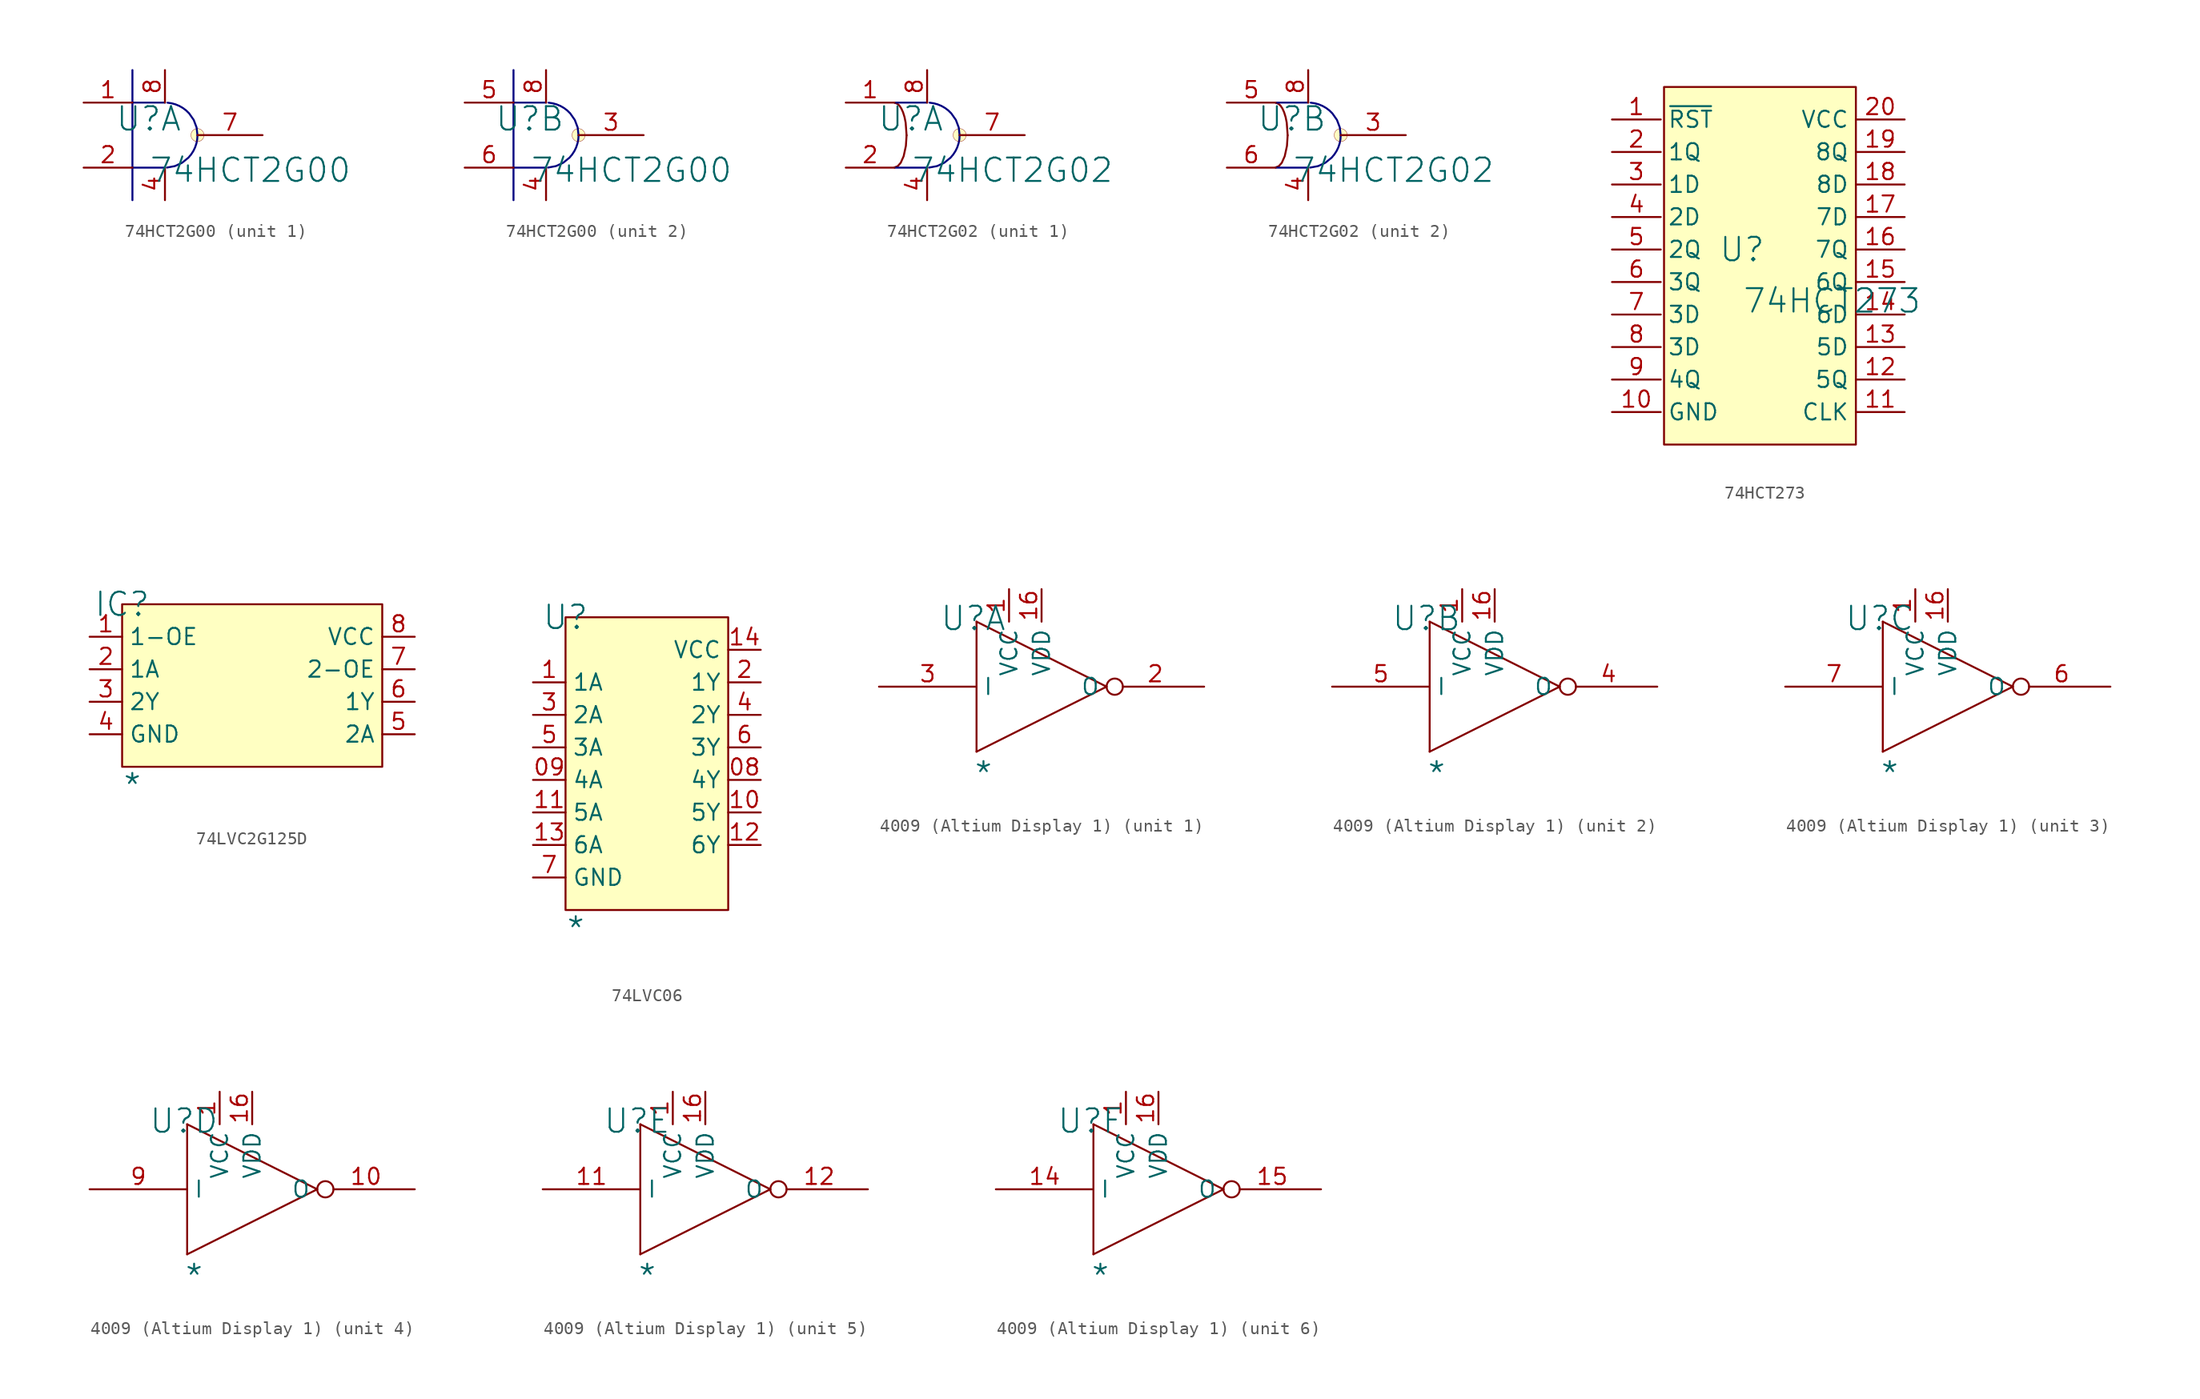
<source format=kicad_sym>
(kicad_symbol_lib
  (version 20241209)
  (generator "kicad_symbol_editor")
  (generator_version "9.0")
  (symbol "74HCT2G00"
    (pin_names
      (hide yes))
    (property "Reference" "U"
      (at -1.27 1.27 0)
      (effects (font (size 1.829 1.829))))
    (property "Value" "74HCT2G00"
      (at -1.27 -3.81 0)
      (effects (font (size 1.829 1.829)) (justify left bottom)))
    (symbol "74HCT2G00_1_0"
      (polyline (pts (xy -2.54 5.08) (xy -2.54 -5.08)) (stroke (width 0) (type solid) (color 0 0 128 1)) (fill (type none)))
      (polyline (pts (xy 0 2.54) (xy -2.54 2.54)) (stroke (width 0) (type solid) (color 0 0 128 1)) (fill (type none)))
      (polyline (pts (xy 0 -2.54) (xy -2.54 -2.54)) (stroke (width 0) (type solid) (color 0 0 128 1)) (fill (type none)))
      (bezier (pts (xy 0.159 -2.535) (xy 1.489 -2.452) (xy 2.529 -1.354) (xy 2.54 -0.021)) (stroke (width 0) (type solid) (color 0 0 128 1)) (fill (type none)))
      (bezier (pts (xy 2.54 -0.021) (xy 2.551 1.312) (xy 1.529 2.427) (xy 0.2 2.532)) (stroke (width 0) (type solid) (color 0 0 128 1)) (fill (type none)))
      (circle (center 2.54 0) (radius 0.508) (stroke (width 0.025) (type solid)) (fill (type background)))
      (pin passive line (at -6.35 2.54 0) (length 3.81) (name "IN" (effects (font (size 1.27 1.27)))) (number "1" (effects (font (size 1.27 1.27)))))
      (pin passive line (at -6.35 -2.54 0) (length 3.81) (name "IN2" (effects (font (size 1.27 1.27)))) (number "2" (effects (font (size 1.27 1.27)))))
      (pin passive line (at 0 5.08 270) (length 2.54) (name "VCC" (effects (font (size 1.27 1.27)))) (number "8" (effects (font (size 1.27 1.27)))))
      (pin passive line (at 0 -5.08 90) (length 2.54) (name "GND" (effects (font (size 1.27 1.27)))) (number "4" (effects (font (size 1.27 1.27)))))
      (pin passive line (at 7.62 0 180) (length 5.08) (name "OUT" (effects (font (size 1.27 1.27)))) (number "7" (effects (font (size 1.27 1.27))))))
    (symbol "74HCT2G00_2_0"
      (polyline (pts (xy -2.54 5.08) (xy -2.54 -5.08)) (stroke (width 0) (type solid) (color 0 0 128 1)) (fill (type none)))
      (polyline (pts (xy 0 2.54) (xy -2.54 2.54)) (stroke (width 0) (type solid) (color 0 0 128 1)) (fill (type none)))
      (polyline (pts (xy 0 -2.54) (xy -2.54 -2.54)) (stroke (width 0) (type solid) (color 0 0 128 1)) (fill (type none)))
      (bezier (pts (xy 0.159 -2.535) (xy 1.489 -2.452) (xy 2.529 -1.354) (xy 2.54 -0.021)) (stroke (width 0) (type solid) (color 0 0 128 1)) (fill (type none)))
      (bezier (pts (xy 2.54 -0.021) (xy 2.551 1.312) (xy 1.529 2.427) (xy 0.2 2.532)) (stroke (width 0) (type solid) (color 0 0 128 1)) (fill (type none)))
      (circle (center 2.54 0) (radius 0.508) (stroke (width 0.025) (type solid)) (fill (type background)))
      (pin passive line (at -6.35 2.54 0) (length 3.81) (name "IN" (effects (font (size 1.27 1.27)))) (number "5" (effects (font (size 1.27 1.27)))))
      (pin passive line (at -6.35 -2.54 0) (length 3.81) (name "IN2" (effects (font (size 1.27 1.27)))) (number "6" (effects (font (size 1.27 1.27)))))
      (pin passive line (at 0 5.08 270) (length 2.54) (name "VCC" (effects (font (size 1.27 1.27)))) (number "8" (effects (font (size 1.27 1.27)))))
      (pin passive line (at 0 -5.08 90) (length 2.54) (name "GND" (effects (font (size 1.27 1.27)))) (number "4" (effects (font (size 1.27 1.27)))))
      (pin passive line (at 7.62 0 180) (length 5.08) (name "OUT" (effects (font (size 1.27 1.27)))) (number "3" (effects (font (size 1.27 1.27)))))))
  (symbol "74HCT2G02"
    (pin_names
      (hide yes))
    (property "Reference" "U"
      (at -1.27 1.27 0)
      (effects (font (size 1.829 1.829))))
    (property "Value" "74HCT2G02"
      (at -1.27 -3.81 0)
      (effects (font (size 1.829 1.829)) (justify left bottom)))
    (symbol "74HCT2G02_1_0"
      (bezier (pts (xy -2.523 -2.514) (xy -2.014 -2.489) (xy -1.606 -1.379) (xy -1.603 -0.013)) (stroke (width 0) (type solid)) (fill (type none)))
      (bezier (pts (xy -1.603 -0.013) (xy -1.6 1.353) (xy -2.004 2.474) (xy -2.513 2.514)) (stroke (width 0) (type solid)) (fill (type none)))
      (polyline (pts (xy 0 2.54) (xy -2.54 2.54)) (stroke (width 0) (type solid) (color 0 0 128 1)) (fill (type none)))
      (polyline (pts (xy 0 -2.54) (xy -2.54 -2.54)) (stroke (width 0) (type solid) (color 0 0 128 1)) (fill (type none)))
      (bezier (pts (xy 0.159 -2.535) (xy 1.489 -2.452) (xy 2.529 -1.354) (xy 2.54 -0.021)) (stroke (width 0) (type solid) (color 0 0 128 1)) (fill (type none)))
      (bezier (pts (xy 2.54 -0.021) (xy 2.551 1.312) (xy 1.529 2.427) (xy 0.2 2.532)) (stroke (width 0) (type solid) (color 0 0 128 1)) (fill (type none)))
      (circle (center 2.54 0) (radius 0.508) (stroke (width 0.025) (type solid)) (fill (type background)))
      (pin passive line (at -6.35 2.54 0) (length 3.81) (name "IN" (effects (font (size 1.27 1.27)))) (number "1" (effects (font (size 1.27 1.27)))))
      (pin passive line (at -6.35 -2.54 0) (length 3.81) (name "IN2" (effects (font (size 1.27 1.27)))) (number "2" (effects (font (size 1.27 1.27)))))
      (pin passive line (at 0 5.08 270) (length 2.54) (name "VCC" (effects (font (size 1.27 1.27)))) (number "8" (effects (font (size 1.27 1.27)))))
      (pin passive line (at 0 -5.08 90) (length 2.54) (name "GND" (effects (font (size 1.27 1.27)))) (number "4" (effects (font (size 1.27 1.27)))))
      (pin passive line (at 7.62 0 180) (length 5.08) (name "OUT" (effects (font (size 1.27 1.27)))) (number "7" (effects (font (size 1.27 1.27))))))
    (symbol "74HCT2G02_2_0"
      (bezier (pts (xy -2.523 -2.514) (xy -2.014 -2.489) (xy -1.606 -1.379) (xy -1.603 -0.013)) (stroke (width 0) (type solid)) (fill (type none)))
      (bezier (pts (xy -1.603 -0.013) (xy -1.6 1.353) (xy -2.004 2.474) (xy -2.513 2.514)) (stroke (width 0) (type solid)) (fill (type none)))
      (polyline (pts (xy 0 2.54) (xy -2.54 2.54)) (stroke (width 0) (type solid) (color 0 0 128 1)) (fill (type none)))
      (polyline (pts (xy 0 -2.54) (xy -2.54 -2.54)) (stroke (width 0) (type solid) (color 0 0 128 1)) (fill (type none)))
      (bezier (pts (xy 0.159 -2.535) (xy 1.489 -2.452) (xy 2.529 -1.354) (xy 2.54 -0.021)) (stroke (width 0) (type solid) (color 0 0 128 1)) (fill (type none)))
      (bezier (pts (xy 2.54 -0.021) (xy 2.551 1.312) (xy 1.529 2.427) (xy 0.2 2.532)) (stroke (width 0) (type solid) (color 0 0 128 1)) (fill (type none)))
      (circle (center 2.54 0) (radius 0.508) (stroke (width 0.025) (type solid)) (fill (type background)))
      (pin passive line (at -6.35 2.54 0) (length 3.81) (name "IN" (effects (font (size 1.27 1.27)))) (number "5" (effects (font (size 1.27 1.27)))))
      (pin passive line (at -6.35 -2.54 0) (length 3.81) (name "IN2" (effects (font (size 1.27 1.27)))) (number "6" (effects (font (size 1.27 1.27)))))
      (pin passive line (at 0 5.08 270) (length 2.54) (name "VCC" (effects (font (size 1.27 1.27)))) (number "8" (effects (font (size 1.27 1.27)))))
      (pin passive line (at 0 -5.08 90) (length 2.54) (name "GND" (effects (font (size 1.27 1.27)))) (number "4" (effects (font (size 1.27 1.27)))))
      (pin passive line (at 7.62 0 180) (length 5.08) (name "OUT" (effects (font (size 1.27 1.27)))) (number "3" (effects (font (size 1.27 1.27)))))))
  (symbol "74HCT273"
    (property "Reference" "U"
      (at -1.27 1.27 0)
      (effects (font (size 1.829 1.829))))
    (property "Value" "74HCT273"
      (at -1.27 -3.81 0)
      (effects (font (size 1.829 1.829)) (justify left bottom)))
    (symbol "74HCT273_1_0"
      (rectangle (start 7.62 13.97) (end -7.366 -13.97) (stroke (width 0) (type solid) (color 128 0 0 1)) (fill (type background)))
      (pin passive line (at -11.43 11.43 0) (length 3.81) (name "~{RST}" (effects (font (size 1.27 1.27)))) (number "1" (effects (font (size 1.27 1.27)))))
      (pin passive line (at -11.43 8.89 0) (length 3.81) (name "1Q" (effects (font (size 1.27 1.27)))) (number "2" (effects (font (size 1.27 1.27)))))
      (pin passive line (at -11.43 6.35 0) (length 3.81) (name "1D" (effects (font (size 1.27 1.27)))) (number "3" (effects (font (size 1.27 1.27)))))
      (pin passive line (at -11.43 3.81 0) (length 3.81) (name "2D" (effects (font (size 1.27 1.27)))) (number "4" (effects (font (size 1.27 1.27)))))
      (pin passive line (at -11.43 1.27 0) (length 3.81) (name "2Q" (effects (font (size 1.27 1.27)))) (number "5" (effects (font (size 1.27 1.27)))))
      (pin passive line (at -11.43 -1.27 0) (length 3.81) (name "3Q" (effects (font (size 1.27 1.27)))) (number "6" (effects (font (size 1.27 1.27)))))
      (pin passive line (at -11.43 -3.81 0) (length 3.81) (name "3D" (effects (font (size 1.27 1.27)))) (number "7" (effects (font (size 1.27 1.27)))))
      (pin passive line (at -11.43 -6.35 0) (length 3.81) (name "3D" (effects (font (size 1.27 1.27)))) (number "8" (effects (font (size 1.27 1.27)))))
      (pin passive line (at -11.43 -8.89 0) (length 3.81) (name "4Q" (effects (font (size 1.27 1.27)))) (number "9" (effects (font (size 1.27 1.27)))))
      (pin passive line (at -11.43 -11.43 0) (length 3.81) (name "GND" (effects (font (size 1.27 1.27)))) (number "10" (effects (font (size 1.27 1.27)))))
      (pin passive line (at 11.43 11.43 180) (length 3.81) (name "VCC" (effects (font (size 1.27 1.27)))) (number "20" (effects (font (size 1.27 1.27)))))
      (pin passive line (at 11.43 8.89 180) (length 3.81) (name "8Q" (effects (font (size 1.27 1.27)))) (number "19" (effects (font (size 1.27 1.27)))))
      (pin passive line (at 11.43 6.35 180) (length 3.81) (name "8D" (effects (font (size 1.27 1.27)))) (number "18" (effects (font (size 1.27 1.27)))))
      (pin passive line (at 11.43 3.81 180) (length 3.81) (name "7D" (effects (font (size 1.27 1.27)))) (number "17" (effects (font (size 1.27 1.27)))))
      (pin passive line (at 11.43 1.27 180) (length 3.81) (name "7Q" (effects (font (size 1.27 1.27)))) (number "16" (effects (font (size 1.27 1.27)))))
      (pin passive line (at 11.43 -1.27 180) (length 3.81) (name "6Q" (effects (font (size 1.27 1.27)))) (number "15" (effects (font (size 1.27 1.27)))))
      (pin passive line (at 11.43 -3.81 180) (length 3.81) (name "6D" (effects (font (size 1.27 1.27)))) (number "14" (effects (font (size 1.27 1.27)))))
      (pin passive line (at 11.43 -6.35 180) (length 3.81) (name "5D" (effects (font (size 1.27 1.27)))) (number "13" (effects (font (size 1.27 1.27)))))
      (pin passive line (at 11.43 -8.89 180) (length 3.81) (name "5Q" (effects (font (size 1.27 1.27)))) (number "12" (effects (font (size 1.27 1.27)))))
      (pin passive line (at 11.43 -11.43 180) (length 3.81) (name "CLK" (effects (font (size 1.27 1.27)))) (number "11" (effects (font (size 1.27 1.27)))))))
  (symbol "74LVC2G125D"
    (property "Reference" "IC"
      (at 0 0 0)
      (effects (font (size 1.829 1.829))))
    (property "Value" "*"
      (at 0 -15.24 0)
      (effects (font (size 1.829 1.829)) (justify left bottom)))
    (symbol "74LVC2G125D_1_0"
      (rectangle (start 20.32 0) (end 0 -12.7) (stroke (width 0) (type solid) (color 128 0 0 1)) (fill (type background)))
      (pin passive line (at -2.54 -2.54 0) (length 2.54) (name "1-OE" (effects (font (size 1.27 1.27)))) (number "1" (effects (font (size 1.27 1.27)))))
      (pin passive line (at -2.54 -5.08 0) (length 2.54) (name "1A" (effects (font (size 1.27 1.27)))) (number "2" (effects (font (size 1.27 1.27)))))
      (pin passive line (at -2.54 -7.62 0) (length 2.54) (name "2Y" (effects (font (size 1.27 1.27)))) (number "3" (effects (font (size 1.27 1.27)))))
      (pin passive line (at -2.54 -10.16 0) (length 2.54) (name "GND" (effects (font (size 1.27 1.27)))) (number "4" (effects (font (size 1.27 1.27)))))
      (pin passive line (at 22.86 -2.54 180) (length 2.54) (name "VCC" (effects (font (size 1.27 1.27)))) (number "8" (effects (font (size 1.27 1.27)))))
      (pin passive line (at 22.86 -5.08 180) (length 2.54) (name "2-OE" (effects (font (size 1.27 1.27)))) (number "7" (effects (font (size 1.27 1.27)))))
      (pin passive line (at 22.86 -7.62 180) (length 2.54) (name "1Y" (effects (font (size 1.27 1.27)))) (number "6" (effects (font (size 1.27 1.27)))))
      (pin passive line (at 22.86 -10.16 180) (length 2.54) (name "2A" (effects (font (size 1.27 1.27)))) (number "5" (effects (font (size 1.27 1.27)))))))
  (symbol "74LVC06"
    (property "Reference" "U"
      (at 0 0 0)
      (effects (font (size 1.829 1.829))))
    (property "Value" "*"
      (at 0 -25.4 0)
      (effects (font (size 1.829 1.829)) (justify left bottom)))
    (symbol "74LVC06_1_0"
      (rectangle (start 12.7 0) (end 0 -22.86) (stroke (width 0) (type solid) (color 128 0 0 1)) (fill (type background)))
      (pin passive line (at -2.54 -5.08 0) (length 2.54) (name "1A" (effects (font (size 1.27 1.27)))) (number "1" (effects (font (size 1.27 1.27)))))
      (pin passive line (at -2.54 -7.62 0) (length 2.54) (name "2A" (effects (font (size 1.27 1.27)))) (number "3" (effects (font (size 1.27 1.27)))))
      (pin passive line (at -2.54 -10.16 0) (length 2.54) (name "3A" (effects (font (size 1.27 1.27)))) (number "5" (effects (font (size 1.27 1.27)))))
      (pin passive line (at -2.54 -12.7 0) (length 2.54) (name "4A" (effects (font (size 1.27 1.27)))) (number "09" (effects (font (size 1.27 1.27)))))
      (pin passive line (at -2.54 -15.24 0) (length 2.54) (name "5A" (effects (font (size 1.27 1.27)))) (number "11" (effects (font (size 1.27 1.27)))))
      (pin passive line (at -2.54 -17.78 0) (length 2.54) (name "6A" (effects (font (size 1.27 1.27)))) (number "13" (effects (font (size 1.27 1.27)))))
      (pin passive line (at -2.54 -20.32 0) (length 2.54) (name "GND" (effects (font (size 1.27 1.27)))) (number "7" (effects (font (size 1.27 1.27)))))
      (pin passive line (at 15.24 -2.54 180) (length 2.54) (name "VCC" (effects (font (size 1.27 1.27)))) (number "14" (effects (font (size 1.27 1.27)))))
      (pin passive line (at 15.24 -5.08 180) (length 2.54) (name "1Y" (effects (font (size 1.27 1.27)))) (number "2" (effects (font (size 1.27 1.27)))))
      (pin passive line (at 15.24 -7.62 180) (length 2.54) (name "2Y" (effects (font (size 1.27 1.27)))) (number "4" (effects (font (size 1.27 1.27)))))
      (pin passive line (at 15.24 -10.16 180) (length 2.54) (name "3Y" (effects (font (size 1.27 1.27)))) (number "6" (effects (font (size 1.27 1.27)))))
      (pin passive line (at 15.24 -12.7 180) (length 2.54) (name "4Y" (effects (font (size 1.27 1.27)))) (number "08" (effects (font (size 1.27 1.27)))))
      (pin passive line (at 15.24 -15.24 180) (length 2.54) (name "5Y" (effects (font (size 1.27 1.27)))) (number "10" (effects (font (size 1.27 1.27)))))
      (pin passive line (at 15.24 -17.78 180) (length 2.54) (name "6Y" (effects (font (size 1.27 1.27)))) (number "12" (effects (font (size 1.27 1.27)))))))
  (symbol "4009 (Altium Display 1)"
    (property "Reference" "U"
      (at -0.254 0.254 0)
      (effects (font (size 1.829 1.829))))
    (property "Value" "*"
      (at -0.254 -12.954 0)
      (effects (font (size 1.829 1.829)) (justify left bottom)))
    (symbol "4009 (Altium Display 1)_1_0"
      (polyline (pts (xy 0 0) (xy 10.16 -5.08)) (stroke (width 0) (type solid)) (fill (type none)))
      (polyline (pts (xy 0 -10.16) (xy 0 0)) (stroke (width 0) (type solid)) (fill (type none)))
      (polyline (pts (xy 10.16 -5.08) (xy 0 -10.16)) (stroke (width 0) (type solid)) (fill (type none)))
      (pin input line (at -7.62 -5.08 0) (length 7.62) (name "I" (effects (font (size 1.27 1.27)))) (number "3" (effects (font (size 1.27 1.27)))))
      (pin power_in line (at 2.54 2.54 270) (length 2.54) (name "VCC" (effects (font (size 1.27 1.27)))) (number "1" (effects (font (size 1.27 1.27)))))
      (pin power_in line (at 2.54 -12.7 90) (length 2.54) (hide yes) (name "GND" (effects (font (size 1.27 1.27)))) (number "8" (effects (font (size 1.27 1.27)))))
      (pin power_in line (at 5.08 2.54 270) (length 2.54) (name "VDD" (effects (font (size 1.27 1.27)))) (number "16" (effects (font (size 1.27 1.27)))))
      (pin output inverted (at 17.78 -5.08 180) (length 7.62) (name "O" (effects (font (size 1.27 1.27)))) (number "2" (effects (font (size 1.27 1.27))))))
    (symbol "4009 (Altium Display 1)_2_0"
      (polyline (pts (xy 0 0) (xy 10.16 -5.08)) (stroke (width 0) (type solid)) (fill (type none)))
      (polyline (pts (xy 0 -10.16) (xy 0 0)) (stroke (width 0) (type solid)) (fill (type none)))
      (polyline (pts (xy 10.16 -5.08) (xy 0 -10.16)) (stroke (width 0) (type solid)) (fill (type none)))
      (pin input line (at -7.62 -5.08 0) (length 7.62) (name "I" (effects (font (size 1.27 1.27)))) (number "5" (effects (font (size 1.27 1.27)))))
      (pin power_in line (at 2.54 2.54 270) (length 2.54) (name "VCC" (effects (font (size 1.27 1.27)))) (number "1" (effects (font (size 1.27 1.27)))))
      (pin power_in line (at 2.54 -12.7 90) (length 2.54) (hide yes) (name "GND" (effects (font (size 1.27 1.27)))) (number "8" (effects (font (size 1.27 1.27)))))
      (pin power_in line (at 5.08 2.54 270) (length 2.54) (name "VDD" (effects (font (size 1.27 1.27)))) (number "16" (effects (font (size 1.27 1.27)))))
      (pin output inverted (at 17.78 -5.08 180) (length 7.62) (name "O" (effects (font (size 1.27 1.27)))) (number "4" (effects (font (size 1.27 1.27))))))
    (symbol "4009 (Altium Display 1)_3_0"
      (polyline (pts (xy 0 0) (xy 10.16 -5.08)) (stroke (width 0) (type solid)) (fill (type none)))
      (polyline (pts (xy 0 -10.16) (xy 0 0)) (stroke (width 0) (type solid)) (fill (type none)))
      (polyline (pts (xy 10.16 -5.08) (xy 0 -10.16)) (stroke (width 0) (type solid)) (fill (type none)))
      (pin input line (at -7.62 -5.08 0) (length 7.62) (name "I" (effects (font (size 1.27 1.27)))) (number "7" (effects (font (size 1.27 1.27)))))
      (pin power_in line (at 2.54 2.54 270) (length 2.54) (name "VCC" (effects (font (size 1.27 1.27)))) (number "1" (effects (font (size 1.27 1.27)))))
      (pin power_in line (at 2.54 -12.7 90) (length 2.54) (hide yes) (name "GND" (effects (font (size 1.27 1.27)))) (number "8" (effects (font (size 1.27 1.27)))))
      (pin power_in line (at 5.08 2.54 270) (length 2.54) (name "VDD" (effects (font (size 1.27 1.27)))) (number "16" (effects (font (size 1.27 1.27)))))
      (pin output inverted (at 17.78 -5.08 180) (length 7.62) (name "O" (effects (font (size 1.27 1.27)))) (number "6" (effects (font (size 1.27 1.27))))))
    (symbol "4009 (Altium Display 1)_4_0"
      (polyline (pts (xy 0 0) (xy 10.16 -5.08)) (stroke (width 0) (type solid)) (fill (type none)))
      (polyline (pts (xy 0 -10.16) (xy 0 0)) (stroke (width 0) (type solid)) (fill (type none)))
      (polyline (pts (xy 10.16 -5.08) (xy 0 -10.16)) (stroke (width 0) (type solid)) (fill (type none)))
      (pin input line (at -7.62 -5.08 0) (length 7.62) (name "I" (effects (font (size 1.27 1.27)))) (number "9" (effects (font (size 1.27 1.27)))))
      (pin power_in line (at 2.54 2.54 270) (length 2.54) (name "VCC" (effects (font (size 1.27 1.27)))) (number "1" (effects (font (size 1.27 1.27)))))
      (pin power_in line (at 2.54 -12.7 90) (length 2.54) (hide yes) (name "GND" (effects (font (size 1.27 1.27)))) (number "8" (effects (font (size 1.27 1.27)))))
      (pin power_in line (at 5.08 2.54 270) (length 2.54) (name "VDD" (effects (font (size 1.27 1.27)))) (number "16" (effects (font (size 1.27 1.27)))))
      (pin output inverted (at 17.78 -5.08 180) (length 7.62) (name "O" (effects (font (size 1.27 1.27)))) (number "10" (effects (font (size 1.27 1.27))))))
    (symbol "4009 (Altium Display 1)_5_0"
      (polyline (pts (xy 0 0) (xy 10.16 -5.08)) (stroke (width 0) (type solid)) (fill (type none)))
      (polyline (pts (xy 0 -10.16) (xy 0 0)) (stroke (width 0) (type solid)) (fill (type none)))
      (polyline (pts (xy 10.16 -5.08) (xy 0 -10.16)) (stroke (width 0) (type solid)) (fill (type none)))
      (pin input line (at -7.62 -5.08 0) (length 7.62) (name "I" (effects (font (size 1.27 1.27)))) (number "11" (effects (font (size 1.27 1.27)))))
      (pin power_in line (at 2.54 2.54 270) (length 2.54) (name "VCC" (effects (font (size 1.27 1.27)))) (number "1" (effects (font (size 1.27 1.27)))))
      (pin power_in line (at 2.54 -12.7 90) (length 2.54) (hide yes) (name "GND" (effects (font (size 1.27 1.27)))) (number "8" (effects (font (size 1.27 1.27)))))
      (pin power_in line (at 5.08 2.54 270) (length 2.54) (name "VDD" (effects (font (size 1.27 1.27)))) (number "16" (effects (font (size 1.27 1.27)))))
      (pin output inverted (at 17.78 -5.08 180) (length 7.62) (name "O" (effects (font (size 1.27 1.27)))) (number "12" (effects (font (size 1.27 1.27))))))
    (symbol "4009 (Altium Display 1)_6_0"
      (polyline (pts (xy 0 0) (xy 10.16 -5.08)) (stroke (width 0) (type solid)) (fill (type none)))
      (polyline (pts (xy 0 -10.16) (xy 0 0)) (stroke (width 0) (type solid)) (fill (type none)))
      (polyline (pts (xy 10.16 -5.08) (xy 0 -10.16)) (stroke (width 0) (type solid)) (fill (type none)))
      (pin input line (at -7.62 -5.08 0) (length 7.62) (name "I" (effects (font (size 1.27 1.27)))) (number "14" (effects (font (size 1.27 1.27)))))
      (pin power_in line (at 2.54 2.54 270) (length 2.54) (name "VCC" (effects (font (size 1.27 1.27)))) (number "1" (effects (font (size 1.27 1.27)))))
      (pin power_in line (at 2.54 -12.7 90) (length 2.54) (hide yes) (name "GND" (effects (font (size 1.27 1.27)))) (number "8" (effects (font (size 1.27 1.27)))))
      (pin power_in line (at 5.08 2.54 270) (length 2.54) (name "VDD" (effects (font (size 1.27 1.27)))) (number "16" (effects (font (size 1.27 1.27)))))
      (pin output inverted (at 17.78 -5.08 180) (length 7.62) (name "O" (effects (font (size 1.27 1.27)))) (number "15" (effects (font (size 1.27 1.27))))))))
</source>
